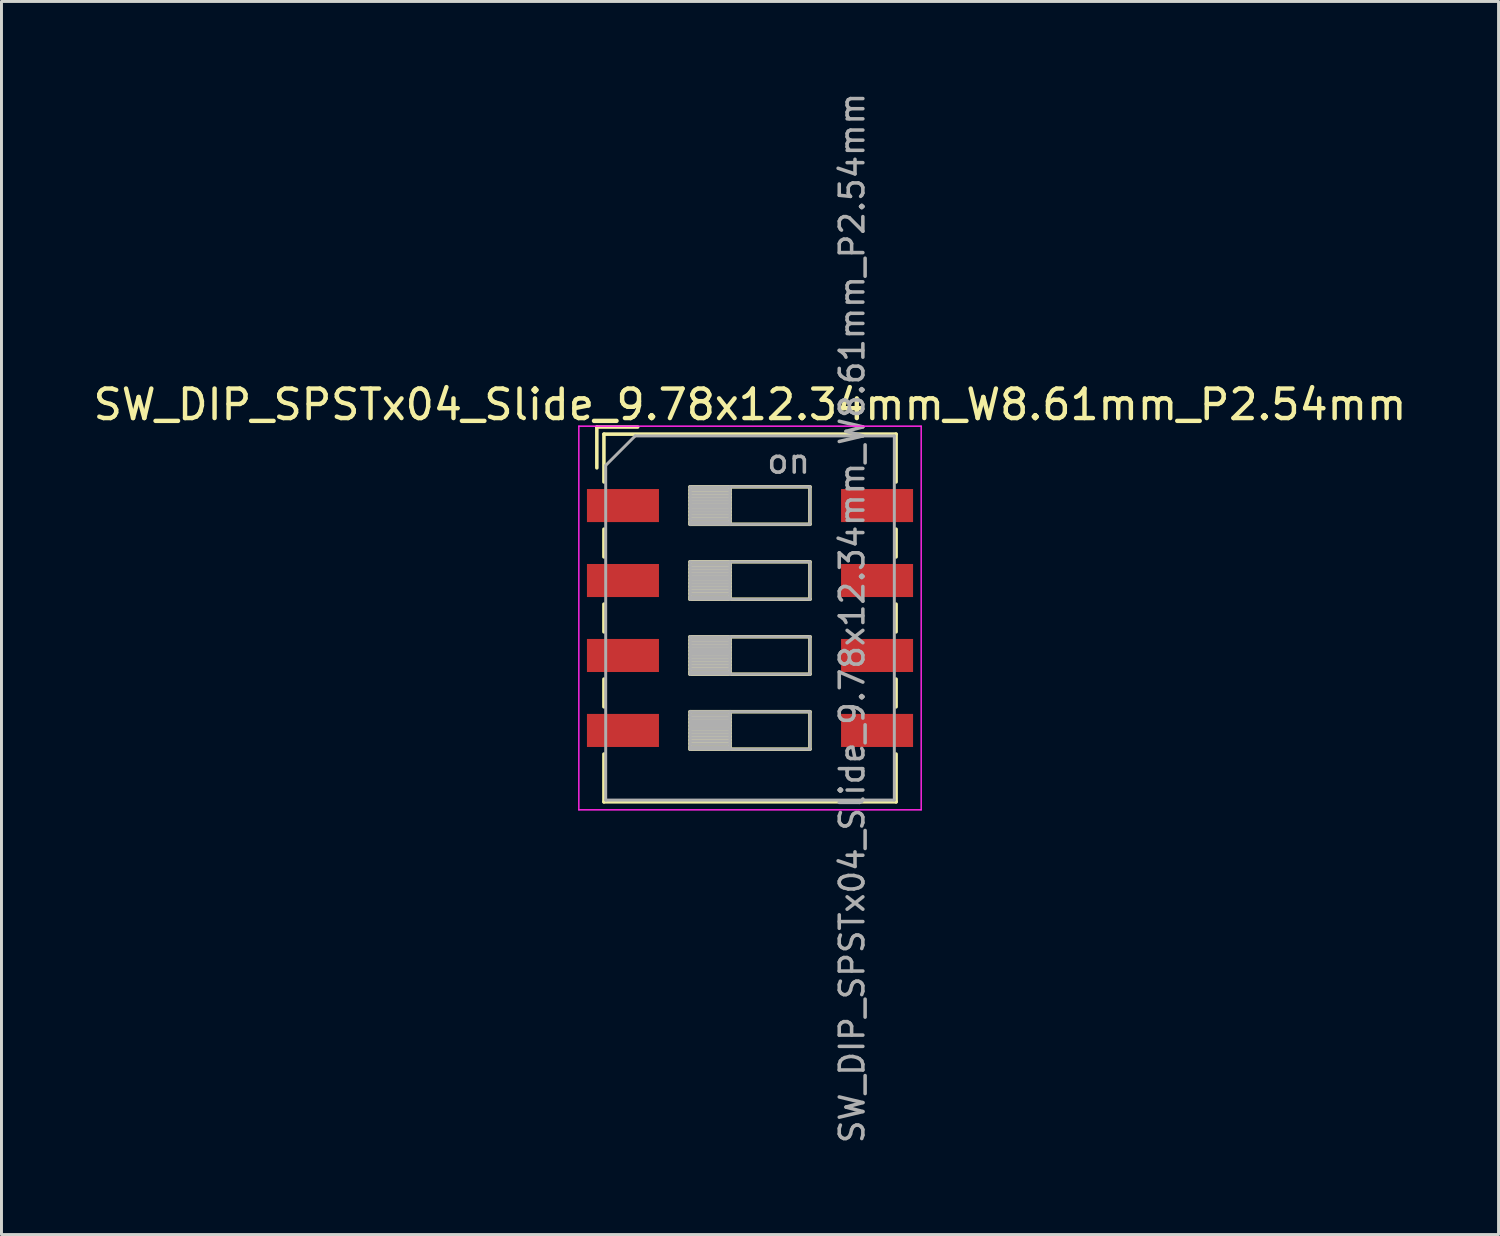
<source format=kicad_pcb>
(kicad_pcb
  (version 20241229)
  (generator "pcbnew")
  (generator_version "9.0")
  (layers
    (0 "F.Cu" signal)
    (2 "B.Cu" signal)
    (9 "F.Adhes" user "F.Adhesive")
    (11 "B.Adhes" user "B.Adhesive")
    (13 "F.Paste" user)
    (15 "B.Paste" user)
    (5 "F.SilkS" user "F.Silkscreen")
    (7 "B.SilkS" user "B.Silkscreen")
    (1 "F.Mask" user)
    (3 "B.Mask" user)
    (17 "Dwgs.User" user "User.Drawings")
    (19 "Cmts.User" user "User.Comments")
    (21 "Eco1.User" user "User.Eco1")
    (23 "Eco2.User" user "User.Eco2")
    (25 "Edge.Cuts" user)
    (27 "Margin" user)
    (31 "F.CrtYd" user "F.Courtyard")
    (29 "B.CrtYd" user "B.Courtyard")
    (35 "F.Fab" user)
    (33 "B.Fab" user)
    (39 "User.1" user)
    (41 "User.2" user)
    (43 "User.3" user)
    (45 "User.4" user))
  (footprint "SW_DIP_SPSTx04_Slide_9.78x12.34mm_W8.61mm_P2.54mm"
    (layer "F.Cu")
    (at 22.363 17.89)
    (property "Reference" "SW_DIP_SPSTx04_Slide_9.78x12.34mm_W8.61mm_P2.54mm" (at 0 -7.23 0) (layer "F.SilkS") (effects (font (size 1 1) (thickness 0.15))))
    (attr smd)
    (fp_line (start -5.19 -6.47) (end -5.19 -5.087) (stroke (width 0.12) (type solid)) (layer "F.SilkS"))
    (fp_line (start -5.19 -6.47) (end -3.806 -6.47) (stroke (width 0.12) (type solid)) (layer "F.SilkS"))
    (fp_line (start -4.95 -6.23) (end -4.95 -4.61) (stroke (width 0.12) (type solid)) (layer "F.SilkS"))
    (fp_line (start -4.95 -6.23) (end 4.95 -6.23) (stroke (width 0.12) (type solid)) (layer "F.SilkS"))
    (fp_line (start -4.95 -3.01) (end -4.95 -2.07) (stroke (width 0.12) (type solid)) (layer "F.SilkS"))
    (fp_line (start -4.95 -0.47) (end -4.95 0.47) (stroke (width 0.12) (type solid)) (layer "F.SilkS"))
    (fp_line (start -4.95 2.07) (end -4.95 3.01) (stroke (width 0.12) (type solid)) (layer "F.SilkS"))
    (fp_line (start -4.95 4.61) (end -4.95 6.23) (stroke (width 0.12) (type solid)) (layer "F.SilkS"))
    (fp_line (start -4.95 6.23) (end 4.95 6.23) (stroke (width 0.12) (type solid)) (layer "F.SilkS"))
    (fp_line (start -2.03 -4.445) (end -2.03 -3.175) (stroke (width 0.12) (type solid)) (layer "F.SilkS"))
    (fp_line (start -2.03 -4.325) (end -0.677 -4.325) (stroke (width 0.12) (type solid)) (layer "F.SilkS"))
    (fp_line (start -2.03 -4.205) (end -0.677 -4.205) (stroke (width 0.12) (type solid)) (layer "F.SilkS"))
    (fp_line (start -2.03 -4.085) (end -0.677 -4.085) (stroke (width 0.12) (type solid)) (layer "F.SilkS"))
    (fp_line (start -2.03 -3.965) (end -0.677 -3.965) (stroke (width 0.12) (type solid)) (layer "F.SilkS"))
    (fp_line (start -2.03 -3.845) (end -0.677 -3.845) (stroke (width 0.12) (type solid)) (layer "F.SilkS"))
    (fp_line (start -2.03 -3.725) (end -0.677 -3.725) (stroke (width 0.12) (type solid)) (layer "F.SilkS"))
    (fp_line (start -2.03 -3.605) (end -0.677 -3.605) (stroke (width 0.12) (type solid)) (layer "F.SilkS"))
    (fp_line (start -2.03 -3.485) (end -0.677 -3.485) (stroke (width 0.12) (type solid)) (layer "F.SilkS"))
    (fp_line (start -2.03 -3.365) (end -0.677 -3.365) (stroke (width 0.12) (type solid)) (layer "F.SilkS"))
    (fp_line (start -2.03 -3.245) (end -0.677 -3.245) (stroke (width 0.12) (type solid)) (layer "F.SilkS"))
    (fp_line (start -2.03 -3.175) (end 2.03 -3.175) (stroke (width 0.12) (type solid)) (layer "F.SilkS"))
    (fp_line (start -2.03 -1.905) (end -2.03 -0.635) (stroke (width 0.12) (type solid)) (layer "F.SilkS"))
    (fp_line (start -2.03 -1.785) (end -0.677 -1.785) (stroke (width 0.12) (type solid)) (layer "F.SilkS"))
    (fp_line (start -2.03 -1.665) (end -0.677 -1.665) (stroke (width 0.12) (type solid)) (layer "F.SilkS"))
    (fp_line (start -2.03 -1.545) (end -0.677 -1.545) (stroke (width 0.12) (type solid)) (layer "F.SilkS"))
    (fp_line (start -2.03 -1.425) (end -0.677 -1.425) (stroke (width 0.12) (type solid)) (layer "F.SilkS"))
    (fp_line (start -2.03 -1.305) (end -0.677 -1.305) (stroke (width 0.12) (type solid)) (layer "F.SilkS"))
    (fp_line (start -2.03 -1.185) (end -0.677 -1.185) (stroke (width 0.12) (type solid)) (layer "F.SilkS"))
    (fp_line (start -2.03 -1.065) (end -0.677 -1.065) (stroke (width 0.12) (type solid)) (layer "F.SilkS"))
    (fp_line (start -2.03 -0.945) (end -0.677 -0.945) (stroke (width 0.12) (type solid)) (layer "F.SilkS"))
    (fp_line (start -2.03 -0.825) (end -0.677 -0.825) (stroke (width 0.12) (type solid)) (layer "F.SilkS"))
    (fp_line (start -2.03 -0.705) (end -0.677 -0.705) (stroke (width 0.12) (type solid)) (layer "F.SilkS"))
    (fp_line (start -2.03 -0.635) (end 2.03 -0.635) (stroke (width 0.12) (type solid)) (layer "F.SilkS"))
    (fp_line (start -2.03 0.635) (end -2.03 1.905) (stroke (width 0.12) (type solid)) (layer "F.SilkS"))
    (fp_line (start -2.03 0.755) (end -0.677 0.755) (stroke (width 0.12) (type solid)) (layer "F.SilkS"))
    (fp_line (start -2.03 0.875) (end -0.677 0.875) (stroke (width 0.12) (type solid)) (layer "F.SilkS"))
    (fp_line (start -2.03 0.995) (end -0.677 0.995) (stroke (width 0.12) (type solid)) (layer "F.SilkS"))
    (fp_line (start -2.03 1.115) (end -0.677 1.115) (stroke (width 0.12) (type solid)) (layer "F.SilkS"))
    (fp_line (start -2.03 1.235) (end -0.677 1.235) (stroke (width 0.12) (type solid)) (layer "F.SilkS"))
    (fp_line (start -2.03 1.355) (end -0.677 1.355) (stroke (width 0.12) (type solid)) (layer "F.SilkS"))
    (fp_line (start -2.03 1.475) (end -0.677 1.475) (stroke (width 0.12) (type solid)) (layer "F.SilkS"))
    (fp_line (start -2.03 1.595) (end -0.677 1.595) (stroke (width 0.12) (type solid)) (layer "F.SilkS"))
    (fp_line (start -2.03 1.715) (end -0.677 1.715) (stroke (width 0.12) (type solid)) (layer "F.SilkS"))
    (fp_line (start -2.03 1.835) (end -0.677 1.835) (stroke (width 0.12) (type solid)) (layer "F.SilkS"))
    (fp_line (start -2.03 1.905) (end 2.03 1.905) (stroke (width 0.12) (type solid)) (layer "F.SilkS"))
    (fp_line (start -2.03 3.175) (end -2.03 4.445) (stroke (width 0.12) (type solid)) (layer "F.SilkS"))
    (fp_line (start -2.03 3.295) (end -0.677 3.295) (stroke (width 0.12) (type solid)) (layer "F.SilkS"))
    (fp_line (start -2.03 3.415) (end -0.677 3.415) (stroke (width 0.12) (type solid)) (layer "F.SilkS"))
    (fp_line (start -2.03 3.535) (end -0.677 3.535) (stroke (width 0.12) (type solid)) (layer "F.SilkS"))
    (fp_line (start -2.03 3.655) (end -0.677 3.655) (stroke (width 0.12) (type solid)) (layer "F.SilkS"))
    (fp_line (start -2.03 3.775) (end -0.677 3.775) (stroke (width 0.12) (type solid)) (layer "F.SilkS"))
    (fp_line (start -2.03 3.895) (end -0.677 3.895) (stroke (width 0.12) (type solid)) (layer "F.SilkS"))
    (fp_line (start -2.03 4.015) (end -0.677 4.015) (stroke (width 0.12) (type solid)) (layer "F.SilkS"))
    (fp_line (start -2.03 4.135) (end -0.677 4.135) (stroke (width 0.12) (type solid)) (layer "F.SilkS"))
    (fp_line (start -2.03 4.255) (end -0.677 4.255) (stroke (width 0.12) (type solid)) (layer "F.SilkS"))
    (fp_line (start -2.03 4.375) (end -0.677 4.375) (stroke (width 0.12) (type solid)) (layer "F.SilkS"))
    (fp_line (start -2.03 4.445) (end 2.03 4.445) (stroke (width 0.12) (type solid)) (layer "F.SilkS"))
    (fp_line (start -0.677 -4.445) (end -0.677 -3.175) (stroke (width 0.12) (type solid)) (layer "F.SilkS"))
    (fp_line (start -0.677 -1.905) (end -0.677 -0.635) (stroke (width 0.12) (type solid)) (layer "F.SilkS"))
    (fp_line (start -0.677 0.635) (end -0.677 1.905) (stroke (width 0.12) (type solid)) (layer "F.SilkS"))
    (fp_line (start -0.677 3.175) (end -0.677 4.445) (stroke (width 0.12) (type solid)) (layer "F.SilkS"))
    (fp_line (start 2.03 -4.445) (end -2.03 -4.445) (stroke (width 0.12) (type solid)) (layer "F.SilkS"))
    (fp_line (start 2.03 -3.175) (end 2.03 -4.445) (stroke (width 0.12) (type solid)) (layer "F.SilkS"))
    (fp_line (start 2.03 -1.905) (end -2.03 -1.905) (stroke (width 0.12) (type solid)) (layer "F.SilkS"))
    (fp_line (start 2.03 -0.635) (end 2.03 -1.905) (stroke (width 0.12) (type solid)) (layer "F.SilkS"))
    (fp_line (start 2.03 0.635) (end -2.03 0.635) (stroke (width 0.12) (type solid)) (layer "F.SilkS"))
    (fp_line (start 2.03 1.905) (end 2.03 0.635) (stroke (width 0.12) (type solid)) (layer "F.SilkS"))
    (fp_line (start 2.03 3.175) (end -2.03 3.175) (stroke (width 0.12) (type solid)) (layer "F.SilkS"))
    (fp_line (start 2.03 4.445) (end 2.03 3.175) (stroke (width 0.12) (type solid)) (layer "F.SilkS"))
    (fp_line (start 4.95 -6.23) (end 4.95 -4.61) (stroke (width 0.12) (type solid)) (layer "F.SilkS"))
    (fp_line (start 4.95 -3.01) (end 4.95 -2.07) (stroke (width 0.12) (type solid)) (layer "F.SilkS"))
    (fp_line (start 4.95 -0.47) (end 4.95 0.47) (stroke (width 0.12) (type solid)) (layer "F.SilkS"))
    (fp_line (start 4.95 2.07) (end 4.95 3.01) (stroke (width 0.12) (type solid)) (layer "F.SilkS"))
    (fp_line (start 4.95 4.61) (end 4.95 6.23) (stroke (width 0.12) (type solid)) (layer "F.SilkS"))
    (fp_line (start -5.8 -6.5) (end -5.8 6.5) (stroke (width 0.05) (type solid)) (layer "F.CrtYd"))
    (fp_line (start -5.8 6.5) (end 5.8 6.5) (stroke (width 0.05) (type solid)) (layer "F.CrtYd"))
    (fp_line (start 5.8 -6.5) (end -5.8 -6.5) (stroke (width 0.05) (type solid)) (layer "F.CrtYd"))
    (fp_line (start 5.8 6.5) (end 5.8 -6.5) (stroke (width 0.05) (type solid)) (layer "F.CrtYd"))
    (fp_line (start -4.89 -5.17) (end -3.89 -6.17) (stroke (width 0.1) (type solid)) (layer "F.Fab"))
    (fp_line (start -4.89 6.17) (end -4.89 -5.17) (stroke (width 0.1) (type solid)) (layer "F.Fab"))
    (fp_line (start -3.89 -6.17) (end 4.89 -6.17) (stroke (width 0.1) (type solid)) (layer "F.Fab"))
    (fp_line (start -2.03 -4.445) (end -2.03 -3.175) (stroke (width 0.1) (type solid)) (layer "F.Fab"))
    (fp_line (start -2.03 -4.345) (end -0.677 -4.345) (stroke (width 0.1) (type solid)) (layer "F.Fab"))
    (fp_line (start -2.03 -4.245) (end -0.677 -4.245) (stroke (width 0.1) (type solid)) (layer "F.Fab"))
    (fp_line (start -2.03 -4.145) (end -0.677 -4.145) (stroke (width 0.1) (type solid)) (layer "F.Fab"))
    (fp_line (start -2.03 -4.045) (end -0.677 -4.045) (stroke (width 0.1) (type solid)) (layer "F.Fab"))
    (fp_line (start -2.03 -3.945) (end -0.677 -3.945) (stroke (width 0.1) (type solid)) (layer "F.Fab"))
    (fp_line (start -2.03 -3.845) (end -0.677 -3.845) (stroke (width 0.1) (type solid)) (layer "F.Fab"))
    (fp_line (start -2.03 -3.745) (end -0.677 -3.745) (stroke (width 0.1) (type solid)) (layer "F.Fab"))
    (fp_line (start -2.03 -3.645) (end -0.677 -3.645) (stroke (width 0.1) (type solid)) (layer "F.Fab"))
    (fp_line (start -2.03 -3.545) (end -0.677 -3.545) (stroke (width 0.1) (type solid)) (layer "F.Fab"))
    (fp_line (start -2.03 -3.445) (end -0.677 -3.445) (stroke (width 0.1) (type solid)) (layer "F.Fab"))
    (fp_line (start -2.03 -3.345) (end -0.677 -3.345) (stroke (width 0.1) (type solid)) (layer "F.Fab"))
    (fp_line (start -2.03 -3.245) (end -0.677 -3.245) (stroke (width 0.1) (type solid)) (layer "F.Fab"))
    (fp_line (start -2.03 -3.175) (end 2.03 -3.175) (stroke (width 0.1) (type solid)) (layer "F.Fab"))
    (fp_line (start -2.03 -1.905) (end -2.03 -0.635) (stroke (width 0.1) (type solid)) (layer "F.Fab"))
    (fp_line (start -2.03 -1.805) (end -0.677 -1.805) (stroke (width 0.1) (type solid)) (layer "F.Fab"))
    (fp_line (start -2.03 -1.705) (end -0.677 -1.705) (stroke (width 0.1) (type solid)) (layer "F.Fab"))
    (fp_line (start -2.03 -1.605) (end -0.677 -1.605) (stroke (width 0.1) (type solid)) (layer "F.Fab"))
    (fp_line (start -2.03 -1.505) (end -0.677 -1.505) (stroke (width 0.1) (type solid)) (layer "F.Fab"))
    (fp_line (start -2.03 -1.405) (end -0.677 -1.405) (stroke (width 0.1) (type solid)) (layer "F.Fab"))
    (fp_line (start -2.03 -1.305) (end -0.677 -1.305) (stroke (width 0.1) (type solid)) (layer "F.Fab"))
    (fp_line (start -2.03 -1.205) (end -0.677 -1.205) (stroke (width 0.1) (type solid)) (layer "F.Fab"))
    (fp_line (start -2.03 -1.105) (end -0.677 -1.105) (stroke (width 0.1) (type solid)) (layer "F.Fab"))
    (fp_line (start -2.03 -1.005) (end -0.677 -1.005) (stroke (width 0.1) (type solid)) (layer "F.Fab"))
    (fp_line (start -2.03 -0.905) (end -0.677 -0.905) (stroke (width 0.1) (type solid)) (layer "F.Fab"))
    (fp_line (start -2.03 -0.805) (end -0.677 -0.805) (stroke (width 0.1) (type solid)) (layer "F.Fab"))
    (fp_line (start -2.03 -0.705) (end -0.677 -0.705) (stroke (width 0.1) (type solid)) (layer "F.Fab"))
    (fp_line (start -2.03 -0.635) (end 2.03 -0.635) (stroke (width 0.1) (type solid)) (layer "F.Fab"))
    (fp_line (start -2.03 0.635) (end -2.03 1.905) (stroke (width 0.1) (type solid)) (layer "F.Fab"))
    (fp_line (start -2.03 0.735) (end -0.677 0.735) (stroke (width 0.1) (type solid)) (layer "F.Fab"))
    (fp_line (start -2.03 0.835) (end -0.677 0.835) (stroke (width 0.1) (type solid)) (layer "F.Fab"))
    (fp_line (start -2.03 0.935) (end -0.677 0.935) (stroke (width 0.1) (type solid)) (layer "F.Fab"))
    (fp_line (start -2.03 1.035) (end -0.677 1.035) (stroke (width 0.1) (type solid)) (layer "F.Fab"))
    (fp_line (start -2.03 1.135) (end -0.677 1.135) (stroke (width 0.1) (type solid)) (layer "F.Fab"))
    (fp_line (start -2.03 1.235) (end -0.677 1.235) (stroke (width 0.1) (type solid)) (layer "F.Fab"))
    (fp_line (start -2.03 1.335) (end -0.677 1.335) (stroke (width 0.1) (type solid)) (layer "F.Fab"))
    (fp_line (start -2.03 1.435) (end -0.677 1.435) (stroke (width 0.1) (type solid)) (layer "F.Fab"))
    (fp_line (start -2.03 1.535) (end -0.677 1.535) (stroke (width 0.1) (type solid)) (layer "F.Fab"))
    (fp_line (start -2.03 1.635) (end -0.677 1.635) (stroke (width 0.1) (type solid)) (layer "F.Fab"))
    (fp_line (start -2.03 1.735) (end -0.677 1.735) (stroke (width 0.1) (type solid)) (layer "F.Fab"))
    (fp_line (start -2.03 1.835) (end -0.677 1.835) (stroke (width 0.1) (type solid)) (layer "F.Fab"))
    (fp_line (start -2.03 1.905) (end 2.03 1.905) (stroke (width 0.1) (type solid)) (layer "F.Fab"))
    (fp_line (start -2.03 3.175) (end -2.03 4.445) (stroke (width 0.1) (type solid)) (layer "F.Fab"))
    (fp_line (start -2.03 3.275) (end -0.677 3.275) (stroke (width 0.1) (type solid)) (layer "F.Fab"))
    (fp_line (start -2.03 3.375) (end -0.677 3.375) (stroke (width 0.1) (type solid)) (layer "F.Fab"))
    (fp_line (start -2.03 3.475) (end -0.677 3.475) (stroke (width 0.1) (type solid)) (layer "F.Fab"))
    (fp_line (start -2.03 3.575) (end -0.677 3.575) (stroke (width 0.1) (type solid)) (layer "F.Fab"))
    (fp_line (start -2.03 3.675) (end -0.677 3.675) (stroke (width 0.1) (type solid)) (layer "F.Fab"))
    (fp_line (start -2.03 3.775) (end -0.677 3.775) (stroke (width 0.1) (type solid)) (layer "F.Fab"))
    (fp_line (start -2.03 3.875) (end -0.677 3.875) (stroke (width 0.1) (type solid)) (layer "F.Fab"))
    (fp_line (start -2.03 3.975) (end -0.677 3.975) (stroke (width 0.1) (type solid)) (layer "F.Fab"))
    (fp_line (start -2.03 4.075) (end -0.677 4.075) (stroke (width 0.1) (type solid)) (layer "F.Fab"))
    (fp_line (start -2.03 4.175) (end -0.677 4.175) (stroke (width 0.1) (type solid)) (layer "F.Fab"))
    (fp_line (start -2.03 4.275) (end -0.677 4.275) (stroke (width 0.1) (type solid)) (layer "F.Fab"))
    (fp_line (start -2.03 4.375) (end -0.677 4.375) (stroke (width 0.1) (type solid)) (layer "F.Fab"))
    (fp_line (start -2.03 4.445) (end 2.03 4.445) (stroke (width 0.1) (type solid)) (layer "F.Fab"))
    (fp_line (start -0.677 -4.445) (end -0.677 -3.175) (stroke (width 0.1) (type solid)) (layer "F.Fab"))
    (fp_line (start -0.677 -1.905) (end -0.677 -0.635) (stroke (width 0.1) (type solid)) (layer "F.Fab"))
    (fp_line (start -0.677 0.635) (end -0.677 1.905) (stroke (width 0.1) (type solid)) (layer "F.Fab"))
    (fp_line (start -0.677 3.175) (end -0.677 4.445) (stroke (width 0.1) (type solid)) (layer "F.Fab"))
    (fp_line (start 2.03 -4.445) (end -2.03 -4.445) (stroke (width 0.1) (type solid)) (layer "F.Fab"))
    (fp_line (start 2.03 -3.175) (end 2.03 -4.445) (stroke (width 0.1) (type solid)) (layer "F.Fab"))
    (fp_line (start 2.03 -1.905) (end -2.03 -1.905) (stroke (width 0.1) (type solid)) (layer "F.Fab"))
    (fp_line (start 2.03 -0.635) (end 2.03 -1.905) (stroke (width 0.1) (type solid)) (layer "F.Fab"))
    (fp_line (start 2.03 0.635) (end -2.03 0.635) (stroke (width 0.1) (type solid)) (layer "F.Fab"))
    (fp_line (start 2.03 1.905) (end 2.03 0.635) (stroke (width 0.1) (type solid)) (layer "F.Fab"))
    (fp_line (start 2.03 3.175) (end -2.03 3.175) (stroke (width 0.1) (type solid)) (layer "F.Fab"))
    (fp_line (start 2.03 4.445) (end 2.03 3.175) (stroke (width 0.1) (type solid)) (layer "F.Fab"))
    (fp_line (start 4.89 -6.17) (end 4.89 6.17) (stroke (width 0.1) (type solid)) (layer "F.Fab"))
    (fp_line (start 4.89 6.17) (end -4.89 6.17) (stroke (width 0.1) (type solid)) (layer "F.Fab"))
    (fp_text user "on" (at 1.308 -5.308 0) (layer "F.Fab") (effects (font (size 0.8 0.8) (thickness 0.12))))
    (fp_text user "${REFERENCE}" (at 3.46 0 90) (layer "F.Fab") (effects (font (size 0.8 0.8) (thickness 0.12))))
    (pad "1" smd rect (at -4.305 -3.81) (size 2.44 1.12) (layers "F.Cu" "F.Mask" "F.Paste"))
    (pad "2" smd rect (at -4.305 -1.27) (size 2.44 1.12) (layers "F.Cu" "F.Mask" "F.Paste"))
    (pad "3" smd rect (at -4.305 1.27) (size 2.44 1.12) (layers "F.Cu" "F.Mask" "F.Paste"))
    (pad "4" smd rect (at -4.305 3.81) (size 2.44 1.12) (layers "F.Cu" "F.Mask" "F.Paste"))
    (pad "5" smd rect (at 4.305 3.81) (size 2.44 1.12) (layers "F.Cu" "F.Mask" "F.Paste"))
    (pad "6" smd rect (at 4.305 1.27) (size 2.44 1.12) (layers "F.Cu" "F.Mask" "F.Paste"))
    (pad "7" smd rect (at 4.305 -1.27) (size 2.44 1.12) (layers "F.Cu" "F.Mask" "F.Paste"))
    (pad "8" smd rect (at 4.305 -3.81) (size 2.44 1.12) (layers "F.Cu" "F.Mask" "F.Paste")))
  (gr_rect
    (start -3 -3)
    (end 47.726 38.781)
    (stroke (width 0.1) (type default))
    (fill no)
    (layer "Edge.Cuts")))
</source>
